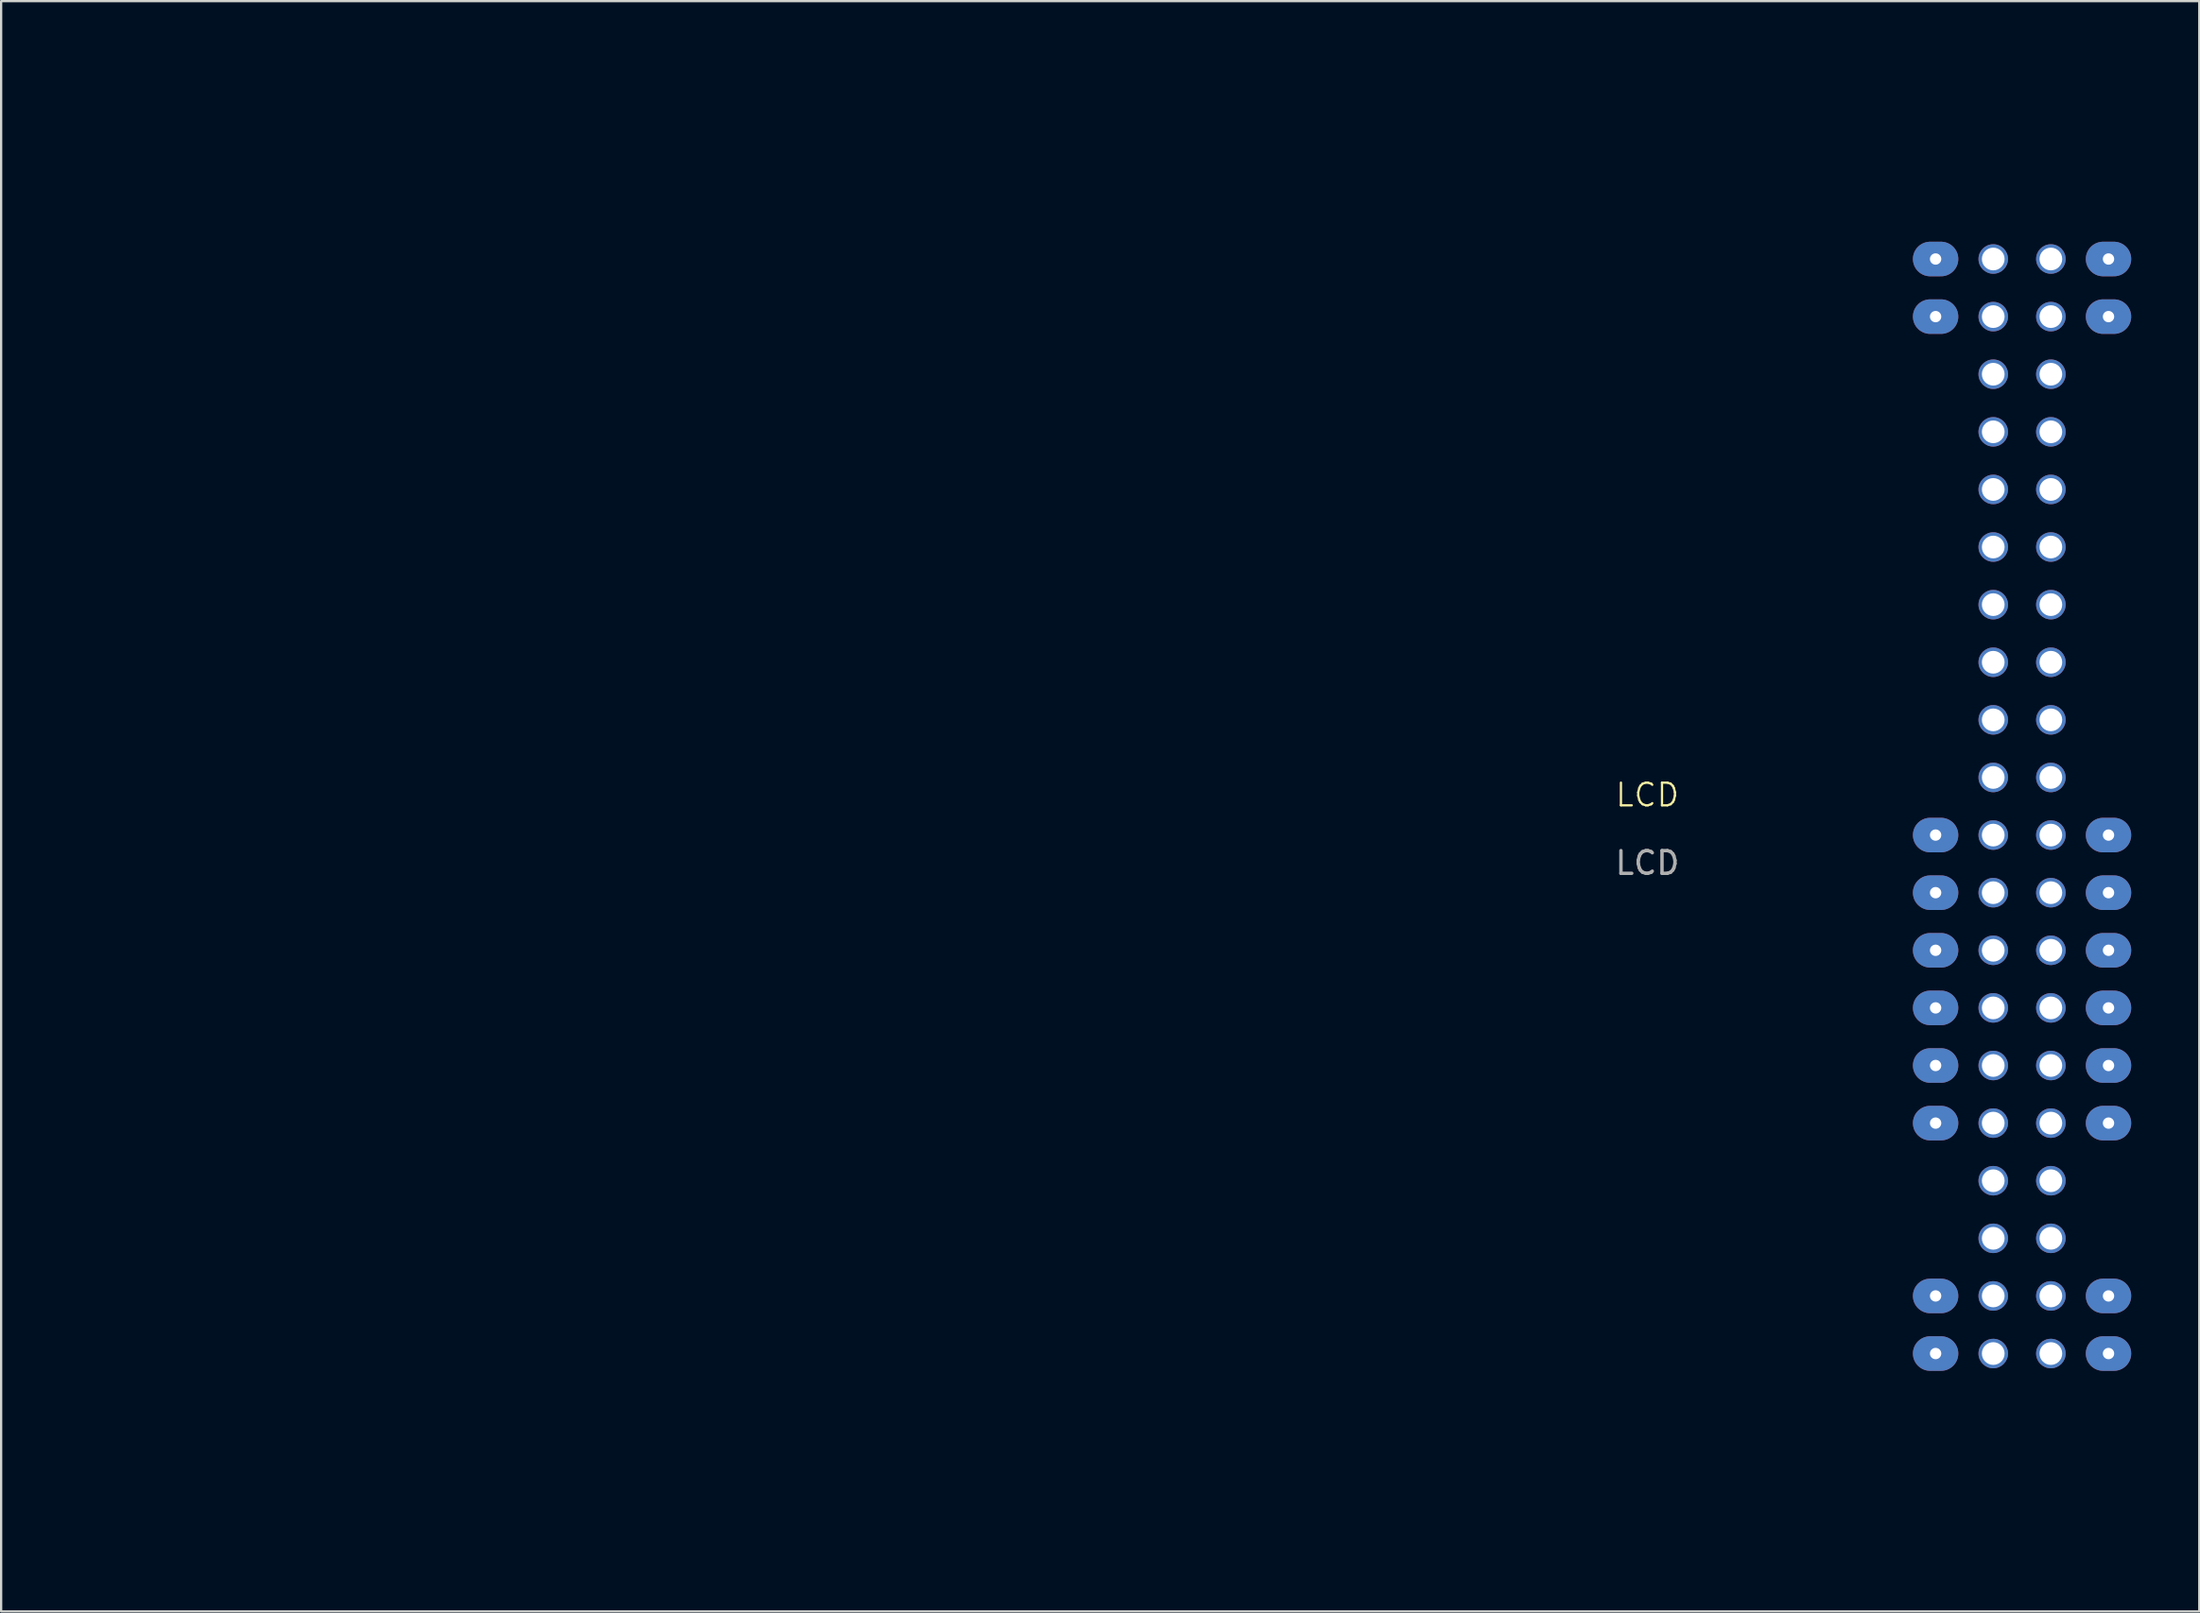
<source format=kicad_pcb>
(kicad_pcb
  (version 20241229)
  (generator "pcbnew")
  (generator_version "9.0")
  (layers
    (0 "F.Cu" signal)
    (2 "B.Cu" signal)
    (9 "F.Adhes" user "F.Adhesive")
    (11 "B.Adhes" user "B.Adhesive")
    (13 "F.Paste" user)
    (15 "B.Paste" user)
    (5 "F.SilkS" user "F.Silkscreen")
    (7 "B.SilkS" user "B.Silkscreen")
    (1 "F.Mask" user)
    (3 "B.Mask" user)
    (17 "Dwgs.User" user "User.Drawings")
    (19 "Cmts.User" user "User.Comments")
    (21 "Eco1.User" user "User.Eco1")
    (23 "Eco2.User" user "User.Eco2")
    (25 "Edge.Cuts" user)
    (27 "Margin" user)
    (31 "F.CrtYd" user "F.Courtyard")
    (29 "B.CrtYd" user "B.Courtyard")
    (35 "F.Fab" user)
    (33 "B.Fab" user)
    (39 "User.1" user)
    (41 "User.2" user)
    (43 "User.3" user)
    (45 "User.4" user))
  (footprint "LCD"
    (layer "F.Cu")
    (at 69.55 32.5)
    (property "Reference" "LCD" (at 0 -0.5 0) (unlocked yes) (layer "F.SilkS") (effects (font (size 1 1) (thickness 0.1))))
    (attr smd)
    (fp_rect (start -69.5 -32.45) (end 19.9 32.45) (stroke (width 0.1) (type default)) (fill no) (layer "User.1"))
    (fp_rect (start -67.31 -28.575) (end 12.7 29.21) (stroke (width 0.1) (type dash)) (fill no) (layer "User.1"))
    (fp_text user "${REFERENCE}" (at 0 2.5 0) (unlocked yes) (layer "F.Fab") (effects (font (size 1 1) (thickness 0.15))))
    (pad "" thru_hole oval (at 15.24 -24.13) (size 1.3 1.3) (drill 1) (layers "*.Cu" "*.Mask"))
    (pad "" thru_hole oval (at 15.24 -21.59) (size 1.3 1.3) (drill 1) (layers "*.Cu" "*.Mask"))
    (pad "" thru_hole oval (at 15.24 -19.05) (size 1.3 1.3) (drill 1) (layers "*.Cu" "*.Mask"))
    (pad "" thru_hole oval (at 15.24 -16.51) (size 1.3 1.3) (drill 1) (layers "*.Cu" "*.Mask"))
    (pad "" thru_hole oval (at 15.24 -13.97) (size 1.3 1.3) (drill 1) (layers "*.Cu" "*.Mask"))
    (pad "" thru_hole oval (at 15.24 -11.43) (size 1.3 1.3) (drill 1) (layers "*.Cu" "*.Mask"))
    (pad "" thru_hole oval (at 15.24 -8.89) (size 1.3 1.3) (drill 1) (layers "*.Cu" "*.Mask"))
    (pad "" thru_hole oval (at 15.24 -6.35) (size 1.3 1.3) (drill 1) (layers "*.Cu" "*.Mask"))
    (pad "" thru_hole oval (at 15.24 -3.81) (size 1.3 1.3) (drill 1) (layers "*.Cu" "*.Mask"))
    (pad "" thru_hole oval (at 15.24 -1.27) (size 1.3 1.3) (drill 1) (layers "*.Cu" "*.Mask"))
    (pad "" thru_hole oval (at 15.24 1.27) (size 1.3 1.3) (drill 1) (layers "*.Cu" "*.Mask"))
    (pad "" thru_hole oval (at 15.24 3.81) (size 1.3 1.3) (drill 1) (layers "*.Cu" "*.Mask"))
    (pad "" thru_hole oval (at 15.24 6.35) (size 1.3 1.3) (drill 1) (layers "*.Cu" "*.Mask"))
    (pad "" thru_hole oval (at 15.24 8.89) (size 1.3 1.3) (drill 1) (layers "*.Cu" "*.Mask"))
    (pad "" thru_hole oval (at 15.24 11.43) (size 1.3 1.3) (drill 1) (layers "*.Cu" "*.Mask"))
    (pad "" thru_hole oval (at 15.24 13.97) (size 1.3 1.3) (drill 1) (layers "*.Cu" "*.Mask"))
    (pad "" thru_hole oval (at 15.24 16.51) (size 1.3 1.3) (drill 1) (layers "*.Cu" "*.Mask"))
    (pad "" thru_hole oval (at 15.24 19.05) (size 1.3 1.3) (drill 1) (layers "*.Cu" "*.Mask"))
    (pad "" thru_hole oval (at 15.24 21.59) (size 1.3 1.3) (drill 1) (layers "*.Cu" "*.Mask"))
    (pad "" thru_hole oval (at 15.24 24.13) (size 1.3 1.3) (drill 1) (layers "*.Cu" "*.Mask"))
    (pad "" thru_hole oval (at 17.78 -24.13) (size 1.3 1.3) (drill 1) (layers "*.Cu" "*.Mask"))
    (pad "" thru_hole oval (at 17.78 -21.59) (size 1.3 1.3) (drill 1) (layers "*.Cu" "*.Mask"))
    (pad "" thru_hole oval (at 17.78 -19.05) (size 1.3 1.3) (drill 1) (layers "*.Cu" "*.Mask"))
    (pad "" thru_hole oval (at 17.78 -16.51) (size 1.3 1.3) (drill 1) (layers "*.Cu" "*.Mask"))
    (pad "" thru_hole oval (at 17.78 -13.97) (size 1.3 1.3) (drill 1) (layers "*.Cu" "*.Mask"))
    (pad "" thru_hole oval (at 17.78 -11.43) (size 1.3 1.3) (drill 1) (layers "*.Cu" "*.Mask"))
    (pad "" thru_hole oval (at 17.78 -8.89) (size 1.3 1.3) (drill 1) (layers "*.Cu" "*.Mask"))
    (pad "" thru_hole oval (at 17.78 -6.35) (size 1.3 1.3) (drill 1) (layers "*.Cu" "*.Mask"))
    (pad "" thru_hole oval (at 17.78 -3.81) (size 1.3 1.3) (drill 1) (layers "*.Cu" "*.Mask"))
    (pad "" thru_hole oval (at 17.78 -1.27) (size 1.3 1.3) (drill 1) (layers "*.Cu" "*.Mask"))
    (pad "" thru_hole oval (at 17.78 1.27) (size 1.3 1.3) (drill 1) (layers "*.Cu" "*.Mask"))
    (pad "" thru_hole oval (at 17.78 3.81) (size 1.3 1.3) (drill 1) (layers "*.Cu" "*.Mask"))
    (pad "" thru_hole oval (at 17.78 6.35) (size 1.3 1.3) (drill 1) (layers "*.Cu" "*.Mask"))
    (pad "" thru_hole oval (at 17.78 8.89) (size 1.3 1.3) (drill 1) (layers "*.Cu" "*.Mask"))
    (pad "" thru_hole oval (at 17.78 11.43) (size 1.3 1.3) (drill 1) (layers "*.Cu" "*.Mask"))
    (pad "" thru_hole oval (at 17.78 13.97) (size 1.3 1.3) (drill 1) (layers "*.Cu" "*.Mask"))
    (pad "" thru_hole oval (at 17.78 16.51) (size 1.3 1.3) (drill 1) (layers "*.Cu" "*.Mask"))
    (pad "" thru_hole oval (at 17.78 19.05) (size 1.3 1.3) (drill 1) (layers "*.Cu" "*.Mask"))
    (pad "" thru_hole oval (at 17.78 21.59) (size 1.3 1.3) (drill 1) (layers "*.Cu" "*.Mask"))
    (pad "" thru_hole oval (at 17.78 24.13) (size 1.3 1.3) (drill 1) (layers "*.Cu" "*.Mask"))
    (pad "1" thru_hole oval (at 20.32 -24.13) (size 2 1.524) (drill 0.5) (layers "*.Cu" "*.Mask"))
    (pad "2" thru_hole oval (at 12.7 -24.13) (size 2 1.524) (drill 0.5) (layers "*.Cu" "*.Mask"))
    (pad "3" thru_hole oval (at 20.32 -21.59) (size 2 1.524) (drill 0.5) (layers "*.Cu" "*.Mask"))
    (pad "4" thru_hole oval (at 12.7 -21.59) (size 2 1.524) (drill 0.5) (layers "*.Cu" "*.Mask"))
    (pad "21" thru_hole oval (at 20.32 1.27) (size 2 1.524) (drill 0.5) (layers "*.Cu" "*.Mask"))
    (pad "22" thru_hole oval (at 12.7 1.27) (size 2 1.524) (drill 0.5) (layers "*.Cu" "*.Mask"))
    (pad "23" thru_hole oval (at 20.32 3.81) (size 2 1.524) (drill 0.5) (layers "*.Cu" "*.Mask"))
    (pad "24" thru_hole oval (at 12.7 3.81) (size 2 1.524) (drill 0.5) (layers "*.Cu" "*.Mask"))
    (pad "25" thru_hole oval (at 20.32 6.35) (size 2 1.524) (drill 0.5) (layers "*.Cu" "*.Mask"))
    (pad "26" thru_hole oval (at 12.7 6.35) (size 2 1.524) (drill 0.5) (layers "*.Cu" "*.Mask"))
    (pad "27" thru_hole oval (at 20.32 8.89) (size 2 1.524) (drill 0.5) (layers "*.Cu" "*.Mask"))
    (pad "28" thru_hole oval (at 12.7 8.89) (size 2 1.524) (drill 0.5) (layers "*.Cu" "*.Mask"))
    (pad "29" thru_hole oval (at 20.32 11.43) (size 2 1.524) (drill 0.5) (layers "*.Cu" "*.Mask"))
    (pad "30" thru_hole oval (at 12.7 11.43) (size 2 1.524) (drill 0.5) (layers "*.Cu" "*.Mask"))
    (pad "31" thru_hole oval (at 20.32 13.97) (size 2 1.524) (drill 0.5) (layers "*.Cu" "*.Mask"))
    (pad "32" thru_hole oval (at 12.7 13.97) (size 2 1.524) (drill 0.5) (layers "*.Cu" "*.Mask"))
    (pad "37" thru_hole oval (at 20.32 21.59) (size 2 1.524) (drill 0.5) (layers "*.Cu" "*.Mask"))
    (pad "38" thru_hole oval (at 12.7 21.59) (size 2 1.524) (drill 0.5) (layers "*.Cu" "*.Mask"))
    (pad "39" thru_hole oval (at 20.32 24.13) (size 2 1.524) (drill 0.5) (layers "*.Cu" "*.Mask"))
    (pad "40" thru_hole oval (at 12.7 24.13) (size 2 1.524) (drill 0.5) (layers "*.Cu" "*.Mask")))
  (gr_rect
    (start -3 -3)
    (end 93.87 68)
    (stroke (width 0.1) (type default))
    (fill no)
    (layer "Edge.Cuts")))
</source>
